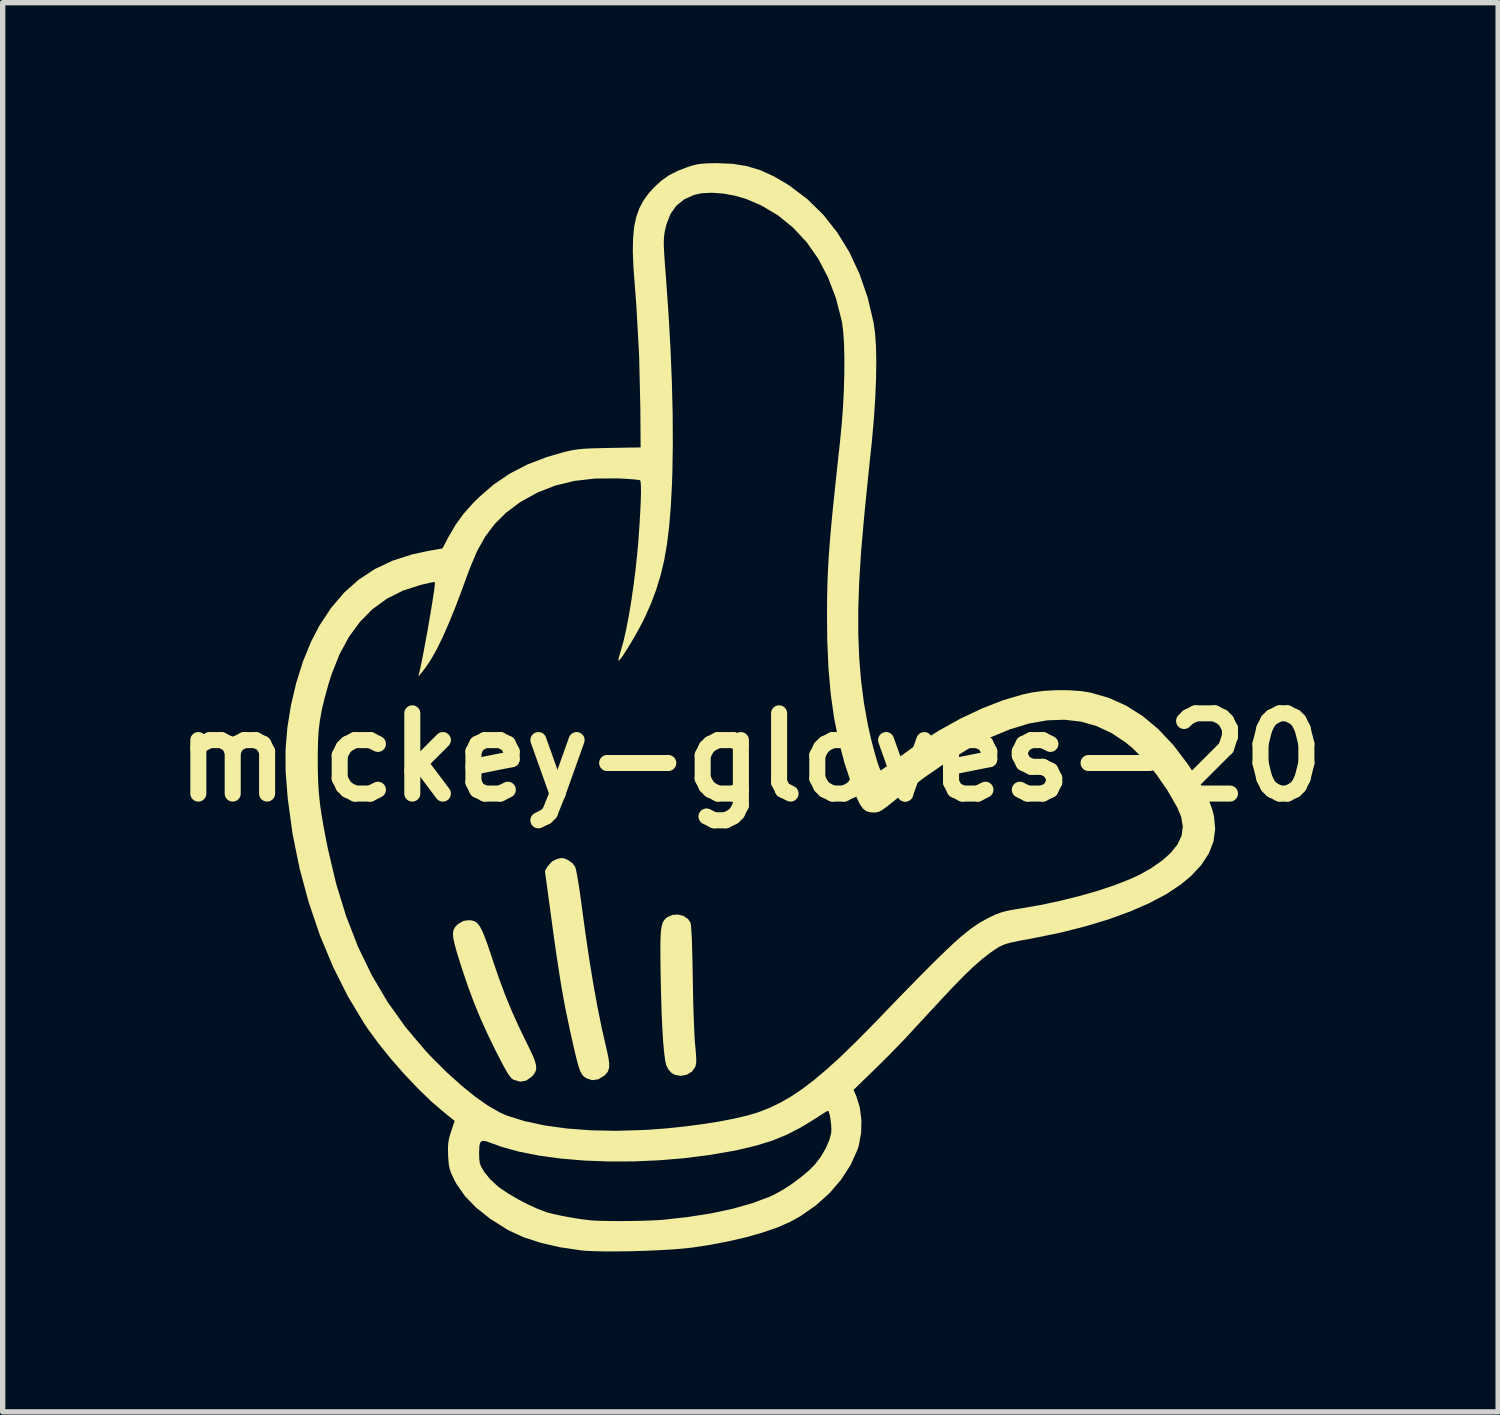
<source format=kicad_pcb>
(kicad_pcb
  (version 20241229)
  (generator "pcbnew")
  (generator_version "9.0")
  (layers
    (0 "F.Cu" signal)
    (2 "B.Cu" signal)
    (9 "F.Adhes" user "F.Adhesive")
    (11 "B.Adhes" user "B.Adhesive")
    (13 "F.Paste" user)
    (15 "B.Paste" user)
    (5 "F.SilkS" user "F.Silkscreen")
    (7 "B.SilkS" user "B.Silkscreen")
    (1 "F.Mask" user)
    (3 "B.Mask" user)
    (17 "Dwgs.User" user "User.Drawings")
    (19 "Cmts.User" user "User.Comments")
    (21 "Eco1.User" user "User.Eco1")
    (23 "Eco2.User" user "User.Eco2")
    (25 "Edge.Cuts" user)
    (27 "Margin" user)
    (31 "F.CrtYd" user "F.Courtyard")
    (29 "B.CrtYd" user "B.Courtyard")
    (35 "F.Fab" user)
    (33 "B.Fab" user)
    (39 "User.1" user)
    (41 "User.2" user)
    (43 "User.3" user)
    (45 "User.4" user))
  (footprint "mickey-gloves-20"
    (layer "F.Cu")
    (at 10.979 11.107)
    (property "Reference" "mickey-gloves-20" (at 0 0 0) (layer "F.SilkS") (effects (font (size 1.5 1.5) (thickness 0.3))))
    (attr board_only exclude_from_pos_files exclude_from_bom)
    (fp_poly (pts (xy -5.209 3.05) (xy -5.155 3.066) (xy -5.107 3.1) (xy -5.062 3.156) (xy -5.016 3.242) (xy -4.966 3.361) (xy -4.908 3.521) (xy -4.839 3.725) (xy -4.821 3.781) (xy -4.701 4.132) (xy -4.583 4.449) (xy -4.459 4.75) (xy -4.322 5.054) (xy -4.171 5.364) (xy -4.091 5.528) (xy -4.037 5.653) (xy -4.009 5.749) (xy -4.004 5.823) (xy -4.021 5.884) (xy -4.06 5.94) (xy -4.09 5.972) (xy -4.194 6.045) (xy -4.305 6.064) (xy -4.425 6.029) (xy -4.44 6.021) (xy -4.474 5.994) (xy -4.516 5.94) (xy -4.568 5.856) (xy -4.634 5.736) (xy -4.718 5.574) (xy -4.762 5.488) (xy -4.915 5.173) (xy -5.047 4.881) (xy -5.165 4.595) (xy -5.276 4.297) (xy -5.387 3.969) (xy -5.425 3.851) (xy -5.486 3.655) (xy -5.528 3.503) (xy -5.554 3.388) (xy -5.562 3.3) (xy -5.553 3.234) (xy -5.527 3.182) (xy -5.486 3.136) (xy -5.463 3.115) (xy -5.364 3.059) (xy -5.272 3.046)) (stroke (width 0) (type solid)) (fill yes) (layer "F.SilkS"))
    (fp_poly (pts (xy -1.25 2.967) (xy -1.165 3.025) (xy -1.121 3.092) (xy -1.112 3.141) (xy -1.104 3.241) (xy -1.096 3.386) (xy -1.09 3.574) (xy -1.084 3.8) (xy -1.079 4.06) (xy -1.078 4.12) (xy -1.074 4.359) (xy -1.069 4.596) (xy -1.062 4.821) (xy -1.054 5.025) (xy -1.046 5.198) (xy -1.038 5.332) (xy -1.032 5.391) (xy -1.019 5.539) (xy -1.013 5.644) (xy -1.015 5.719) (xy -1.026 5.773) (xy -1.034 5.793) (xy -1.096 5.879) (xy -1.19 5.934) (xy -1.299 5.955) (xy -1.407 5.939) (xy -1.476 5.901) (xy -1.535 5.834) (xy -1.574 5.758) (xy -1.595 5.662) (xy -1.614 5.514) (xy -1.632 5.318) (xy -1.647 5.075) (xy -1.66 4.788) (xy -1.67 4.46) (xy -1.678 4.118) (xy -1.682 3.854) (xy -1.684 3.639) (xy -1.683 3.466) (xy -1.679 3.331) (xy -1.671 3.228) (xy -1.658 3.15) (xy -1.64 3.092) (xy -1.616 3.05) (xy -1.586 3.015) (xy -1.558 2.992) (xy -1.463 2.947) (xy -1.355 2.94)) (stroke (width 0) (type solid)) (fill yes) (layer "F.SilkS"))
    (fp_poly (pts (xy -3.492 1.887) (xy -3.419 1.916) (xy -3.416 1.918) (xy -3.326 1.98) (xy -3.275 2.051) (xy -3.261 2.101) (xy -3.242 2.197) (xy -3.219 2.329) (xy -3.194 2.489) (xy -3.169 2.667) (xy -3.155 2.774) (xy -3.082 3.311) (xy -3.009 3.801) (xy -2.935 4.25) (xy -2.86 4.666) (xy -2.781 5.055) (xy -2.697 5.425) (xy -2.692 5.446) (xy -2.657 5.603) (xy -2.64 5.72) (xy -2.642 5.805) (xy -2.663 5.871) (xy -2.705 5.926) (xy -2.734 5.953) (xy -2.845 6.02) (xy -2.959 6.036) (xy -3.066 6.001) (xy -3.11 5.972) (xy -3.146 5.933) (xy -3.178 5.877) (xy -3.208 5.795) (xy -3.241 5.679) (xy -3.28 5.521) (xy -3.299 5.439) (xy -3.357 5.18) (xy -3.409 4.939) (xy -3.457 4.707) (xy -3.501 4.474) (xy -3.543 4.232) (xy -3.584 3.972) (xy -3.628 3.685) (xy -3.674 3.362) (xy -3.724 2.994) (xy -3.727 2.973) (xy -3.842 2.125) (xy -3.789 2.035) (xy -3.707 1.946) (xy -3.628 1.906) (xy -3.551 1.885)) (stroke (width 0) (type solid)) (fill yes) (layer "F.SilkS"))
    (fp_poly (pts (xy -0.327 -11.094) (xy -0.067 -11.052) (xy 0.181 -10.977) (xy 0.431 -10.864) (xy 0.694 -10.71) (xy 0.739 -10.68) (xy 1.068 -10.431) (xy 1.364 -10.14) (xy 1.625 -9.809) (xy 1.851 -9.44) (xy 2.04 -9.034) (xy 2.192 -8.594) (xy 2.303 -8.124) (xy 2.33 -7.926) (xy 2.347 -7.681) (xy 2.353 -7.393) (xy 2.348 -7.069) (xy 2.333 -6.714) (xy 2.308 -6.333) (xy 2.273 -5.933) (xy 2.26 -5.806) (xy 2.234 -5.566) (xy 2.208 -5.311) (xy 2.182 -5.056) (xy 2.157 -4.815) (xy 2.136 -4.602) (xy 2.121 -4.446) (xy 2.069 -3.846) (xy 2.034 -3.291) (xy 2.016 -2.777) (xy 2.016 -2.298) (xy 2.034 -1.849) (xy 2.069 -1.423) (xy 2.122 -1.015) (xy 2.193 -0.619) (xy 2.221 -0.49) (xy 2.255 -0.342) (xy 2.293 -0.193) (xy 2.332 -0.052) (xy 2.368 0.071) (xy 2.4 0.168) (xy 2.424 0.229) (xy 2.436 0.245) (xy 2.462 0.229) (xy 2.522 0.187) (xy 2.608 0.124) (xy 2.711 0.047) (xy 2.721 0.04) (xy 3.121 -0.246) (xy 3.528 -0.502) (xy 3.934 -0.727) (xy 4.334 -0.915) (xy 4.721 -1.066) (xy 5.089 -1.174) (xy 5.262 -1.212) (xy 5.479 -1.241) (xy 5.718 -1.255) (xy 5.962 -1.253) (xy 6.189 -1.237) (xy 6.35 -1.211) (xy 6.696 -1.112) (xy 7.024 -0.965) (xy 7.334 -0.769) (xy 7.627 -0.524) (xy 7.906 -0.228) (xy 8.171 0.121) (xy 8.227 0.204) (xy 8.375 0.436) (xy 8.49 0.637) (xy 8.575 0.815) (xy 8.634 0.976) (xy 8.666 1.102) (xy 8.688 1.34) (xy 8.657 1.57) (xy 8.572 1.793) (xy 8.433 2.008) (xy 8.241 2.216) (xy 8.044 2.379) (xy 7.778 2.556) (xy 7.462 2.724) (xy 7.1 2.882) (xy 6.697 3.029) (xy 6.257 3.162) (xy 5.784 3.281) (xy 5.283 3.383) (xy 5.214 3.396) (xy 5.037 3.428) (xy 4.903 3.456) (xy 4.802 3.482) (xy 4.724 3.508) (xy 4.659 3.539) (xy 4.616 3.564) (xy 4.476 3.659) (xy 4.324 3.778) (xy 4.157 3.925) (xy 3.97 4.106) (xy 3.759 4.323) (xy 3.6 4.493) (xy 3.457 4.647) (xy 3.312 4.804) (xy 3.173 4.954) (xy 3.049 5.088) (xy 2.95 5.196) (xy 2.914 5.235) (xy 2.817 5.336) (xy 2.693 5.464) (xy 2.554 5.605) (xy 2.411 5.747) (xy 2.308 5.848) (xy 1.928 6.217) (xy 1.981 6.34) (xy 2.045 6.548) (xy 2.075 6.781) (xy 2.069 7.02) (xy 2.028 7.25) (xy 2.003 7.332) (xy 1.873 7.62) (xy 1.695 7.896) (xy 1.475 8.152) (xy 1.216 8.383) (xy 0.926 8.584) (xy 0.738 8.687) (xy 0.506 8.789) (xy 0.227 8.885) (xy -0.09 8.975) (xy -0.439 9.055) (xy -0.81 9.124) (xy -1.089 9.166) (xy -1.258 9.184) (xy -1.464 9.201) (xy -1.696 9.214) (xy -1.945 9.225) (xy -2.2 9.233) (xy -2.45 9.237) (xy -2.685 9.238) (xy -2.894 9.234) (xy -3.067 9.227) (xy -3.165 9.218) (xy -3.564 9.159) (xy -3.925 9.076) (xy -4.244 8.971) (xy -4.516 8.846) (xy -4.548 8.828) (xy -4.865 8.628) (xy -5.128 8.419) (xy -5.339 8.201) (xy -5.498 7.972) (xy -5.538 7.897) (xy -5.59 7.787) (xy -5.622 7.697) (xy -5.64 7.606) (xy -5.649 7.489) (xy -5.652 7.441) (xy -5.652 7.408) (xy -5.072 7.408) (xy -5.069 7.516) (xy -5.058 7.593) (xy -5.031 7.661) (xy -4.981 7.742) (xy -4.969 7.76) (xy -4.87 7.883) (xy -4.742 8.004) (xy -4.684 8.05) (xy -4.529 8.155) (xy -4.347 8.261) (xy -4.155 8.361) (xy -3.971 8.445) (xy -3.811 8.505) (xy -3.806 8.507) (xy -3.686 8.538) (xy -3.53 8.572) (xy -3.356 8.604) (xy -3.183 8.632) (xy -3.028 8.652) (xy -2.978 8.657) (xy -2.851 8.664) (xy -2.684 8.668) (xy -2.491 8.67) (xy -2.284 8.669) (xy -2.077 8.666) (xy -1.885 8.66) (xy -1.721 8.652) (xy -1.645 8.647) (xy -1.173 8.595) (xy -0.734 8.526) (xy -0.332 8.44) (xy 0.029 8.338) (xy 0.343 8.221) (xy 0.449 8.173) (xy 0.61 8.084) (xy 0.785 7.969) (xy 0.957 7.84) (xy 1.109 7.71) (xy 1.21 7.607) (xy 1.317 7.466) (xy 1.409 7.308) (xy 1.477 7.15) (xy 1.51 7.024) (xy 1.513 6.953) (xy 1.508 6.862) (xy 1.497 6.767) (xy 1.481 6.683) (xy 1.464 6.625) (xy 1.449 6.608) (xy 1.421 6.622) (xy 1.359 6.66) (xy 1.271 6.716) (xy 1.202 6.761) (xy 0.938 6.923) (xy 0.678 7.056) (xy 0.409 7.166) (xy 0.116 7.257) (xy -0.213 7.336) (xy -0.299 7.354) (xy -0.758 7.434) (xy -1.23 7.494) (xy -1.707 7.534) (xy -2.183 7.555) (xy -2.652 7.556) (xy -3.107 7.539) (xy -3.541 7.502) (xy -3.947 7.447) (xy -4.32 7.374) (xy -4.652 7.282) (xy -4.831 7.218) (xy -4.937 7.179) (xy -5.007 7.169) (xy -5.047 7.194) (xy -5.066 7.259) (xy -5.072 7.37) (xy -5.072 7.408) (xy -5.652 7.408) (xy -5.655 7.305) (xy -5.648 7.2) (xy -5.629 7.103) (xy -5.596 6.995) (xy -5.53 6.797) (xy -5.722 6.643) (xy -5.962 6.437) (xy -6.215 6.193) (xy -6.471 5.923) (xy -6.72 5.639) (xy -6.952 5.351) (xy -7.156 5.072) (xy -7.214 4.986) (xy -7.525 4.47) (xy -7.804 3.915) (xy -8.049 3.326) (xy -8.258 2.711) (xy -8.429 2.076) (xy -8.561 1.426) (xy -8.65 0.769) (xy -8.69 0.258) (xy -8.691 0.054) (xy -8.089 0.054) (xy -8.087 0.281) (xy -8.08 0.484) (xy -8.067 0.674) (xy -8.048 0.864) (xy -8.019 1.066) (xy -7.981 1.29) (xy -7.932 1.548) (xy -7.898 1.716) (xy -7.745 2.364) (xy -7.558 2.971) (xy -7.337 3.54) (xy -7.079 4.073) (xy -6.784 4.573) (xy -6.45 5.042) (xy -6.076 5.484) (xy -5.963 5.605) (xy -5.678 5.888) (xy -5.404 6.135) (xy -5.146 6.345) (xy -4.905 6.514) (xy -4.685 6.64) (xy -4.549 6.7) (xy -4.222 6.802) (xy -3.851 6.882) (xy -3.439 6.939) (xy -2.991 6.973) (xy -2.513 6.983) (xy -2.009 6.968) (xy -1.89 6.962) (xy -1.555 6.936) (xy -1.221 6.901) (xy -0.896 6.858) (xy -0.589 6.81) (xy -0.309 6.756) (xy -0.065 6.699) (xy 0.133 6.641) (xy 0.142 6.638) (xy 0.347 6.558) (xy 0.55 6.461) (xy 0.755 6.344) (xy 0.966 6.203) (xy 1.187 6.035) (xy 1.422 5.837) (xy 1.676 5.607) (xy 1.953 5.339) (xy 2.257 5.032) (xy 2.342 4.944) (xy 2.638 4.637) (xy 2.899 4.368) (xy 3.13 4.132) (xy 3.333 3.927) (xy 3.51 3.751) (xy 3.666 3.601) (xy 3.802 3.473) (xy 3.923 3.365) (xy 4.031 3.275) (xy 4.129 3.199) (xy 4.221 3.135) (xy 4.309 3.079) (xy 4.397 3.03) (xy 4.474 2.99) (xy 4.581 2.939) (xy 4.682 2.902) (xy 4.792 2.872) (xy 4.928 2.846) (xy 5.041 2.828) (xy 5.415 2.763) (xy 5.788 2.684) (xy 6.153 2.593) (xy 6.499 2.494) (xy 6.816 2.388) (xy 7.096 2.278) (xy 7.275 2.196) (xy 7.497 2.07) (xy 7.698 1.929) (xy 7.853 1.792) (xy 7.983 1.631) (xy 8.06 1.467) (xy 8.083 1.296) (xy 8.053 1.115) (xy 7.982 0.943) (xy 7.796 0.619) (xy 7.588 0.318) (xy 7.364 0.048) (xy 7.132 -0.181) (xy 7.01 -0.28) (xy 6.745 -0.456) (xy 6.467 -0.585) (xy 6.176 -0.667) (xy 5.87 -0.702) (xy 5.549 -0.691) (xy 5.211 -0.632) (xy 4.857 -0.525) (xy 4.483 -0.371) (xy 4.091 -0.168) (xy 3.679 0.083) (xy 3.245 0.382) (xy 2.789 0.73) (xy 2.648 0.845) (xy 2.542 0.929) (xy 2.465 0.984) (xy 2.407 1.016) (xy 2.355 1.03) (xy 2.303 1.033) (xy 2.225 1.026) (xy 2.16 1.004) (xy 2.104 0.959) (xy 2.05 0.885) (xy 1.996 0.776) (xy 1.934 0.625) (xy 1.888 0.499) (xy 1.756 0.099) (xy 1.649 -0.309) (xy 1.564 -0.733) (xy 1.501 -1.181) (xy 1.459 -1.66) (xy 1.436 -2.178) (xy 1.432 -2.584) (xy 1.432 -2.793) (xy 1.434 -2.987) (xy 1.437 -3.172) (xy 1.443 -3.351) (xy 1.451 -3.532) (xy 1.462 -3.72) (xy 1.476 -3.92) (xy 1.493 -4.138) (xy 1.515 -4.379) (xy 1.541 -4.648) (xy 1.573 -4.953) (xy 1.609 -5.297) (xy 1.651 -5.687) (xy 1.676 -5.915) (xy 1.707 -6.234) (xy 1.731 -6.557) (xy 1.747 -6.876) (xy 1.755 -7.183) (xy 1.756 -7.469) (xy 1.75 -7.727) (xy 1.735 -7.95) (xy 1.713 -8.128) (xy 1.705 -8.166) (xy 1.597 -8.585) (xy 1.451 -8.969) (xy 1.269 -9.318) (xy 1.051 -9.629) (xy 0.799 -9.9) (xy 0.515 -10.131) (xy 0.2 -10.318) (xy -0.073 -10.435) (xy -0.287 -10.498) (xy -0.507 -10.538) (xy -0.72 -10.554) (xy -0.913 -10.544) (xy -1.055 -10.513) (xy -1.239 -10.429) (xy -1.384 -10.313) (xy -1.493 -10.16) (xy -1.569 -9.966) (xy -1.593 -9.869) (xy -1.606 -9.804) (xy -1.614 -9.742) (xy -1.619 -9.674) (xy -1.62 -9.592) (xy -1.616 -9.488) (xy -1.608 -9.354) (xy -1.596 -9.182) (xy -1.579 -8.965) (xy -1.579 -8.962) (xy -1.532 -8.297) (xy -1.495 -7.647) (xy -1.469 -7.019) (xy -1.454 -6.42) (xy -1.451 -5.856) (xy -1.459 -5.335) (xy -1.467 -5.099) (xy -1.489 -4.685) (xy -1.519 -4.316) (xy -1.56 -3.985) (xy -1.612 -3.684) (xy -1.679 -3.404) (xy -1.76 -3.138) (xy -1.858 -2.877) (xy -1.972 -2.62) (xy -2.029 -2.505) (xy -2.097 -2.378) (xy -2.171 -2.246) (xy -2.247 -2.118) (xy -2.319 -2.002) (xy -2.381 -1.906) (xy -2.431 -1.838) (xy -2.461 -1.806) (xy -2.467 -1.806) (xy -2.466 -1.836) (xy -2.45 -1.903) (xy -2.424 -1.99) (xy -2.375 -2.162) (xy -2.325 -2.379) (xy -2.276 -2.632) (xy -2.229 -2.912) (xy -2.186 -3.209) (xy -2.147 -3.516) (xy -2.115 -3.822) (xy -2.096 -4.038) (xy -2.075 -4.331) (xy -2.06 -4.584) (xy -2.05 -4.797) (xy -2.046 -4.965) (xy -2.048 -5.087) (xy -2.055 -5.159) (xy -2.064 -5.179) (xy -2.101 -5.187) (xy -2.182 -5.195) (xy -2.295 -5.204) (xy -2.432 -5.211) (xy -2.483 -5.214) (xy -2.902 -5.211) (xy -3.288 -5.167) (xy -3.645 -5.081) (xy -3.978 -4.951) (xy -4.291 -4.778) (xy -4.328 -4.753) (xy -4.572 -4.569) (xy -4.78 -4.362) (xy -4.958 -4.126) (xy -5.111 -3.853) (xy -5.245 -3.535) (xy -5.262 -3.49) (xy -5.403 -3.104) (xy -5.532 -2.766) (xy -5.652 -2.475) (xy -5.763 -2.225) (xy -5.868 -2.012) (xy -5.969 -1.834) (xy -6.066 -1.687) (xy -6.14 -1.591) (xy -6.209 -1.509) (xy -6.19 -1.586) (xy -6.167 -1.688) (xy -6.139 -1.823) (xy -6.108 -1.983) (xy -6.075 -2.16) (xy -6.041 -2.346) (xy -6.008 -2.535) (xy -5.977 -2.717) (xy -5.949 -2.886) (xy -5.926 -3.034) (xy -5.909 -3.153) (xy -5.9 -3.236) (xy -5.899 -3.274) (xy -5.899 -3.276) (xy -5.931 -3.274) (xy -6.003 -3.26) (xy -6.103 -3.237) (xy -6.173 -3.22) (xy -6.502 -3.113) (xy -6.798 -2.963) (xy -7.064 -2.77) (xy -7.299 -2.533) (xy -7.505 -2.252) (xy -7.682 -1.925) (xy -7.83 -1.553) (xy -7.895 -1.345) (xy -7.962 -1.1) (xy -8.013 -0.888) (xy -8.048 -0.693) (xy -8.072 -0.5) (xy -8.084 -0.292) (xy -8.089 -0.053) (xy -8.089 0.054) (xy -8.691 0.054) (xy -8.691 -0.14) (xy -8.657 -0.555) (xy -8.589 -0.976) (xy -8.491 -1.391) (xy -8.366 -1.789) (xy -8.215 -2.158) (xy -8.061 -2.456) (xy -7.841 -2.79) (xy -7.597 -3.077) (xy -7.326 -3.318) (xy -7.025 -3.517) (xy -6.691 -3.675) (xy -6.32 -3.794) (xy -6.021 -3.858) (xy -5.757 -3.905) (xy -5.653 -4.104) (xy -5.514 -4.343) (xy -5.358 -4.558) (xy -5.171 -4.767) (xy -5.075 -4.861) (xy -4.796 -5.102) (xy -4.496 -5.305) (xy -4.169 -5.474) (xy -3.806 -5.613) (xy -3.496 -5.703) (xy -3.397 -5.727) (xy -3.306 -5.745) (xy -3.213 -5.758) (xy -3.106 -5.768) (xy -2.975 -5.775) (xy -2.809 -5.779) (xy -2.638 -5.783) (xy -2.053 -5.793) (xy -2.058 -6.534) (xy -2.081 -7.509) (xy -2.134 -8.463) (xy -2.163 -8.838) (xy -2.188 -9.172) (xy -2.199 -9.458) (xy -2.194 -9.704) (xy -2.174 -9.916) (xy -2.135 -10.1) (xy -2.078 -10.261) (xy -2.001 -10.406) (xy -1.903 -10.542) (xy -1.795 -10.661) (xy -1.66 -10.784) (xy -1.52 -10.882) (xy -1.357 -10.964) (xy -1.18 -11.032) (xy -1.082 -11.063) (xy -0.996 -11.085) (xy -0.906 -11.097) (xy -0.796 -11.104) (xy -0.652 -11.106) (xy -0.612 -11.107)) (stroke (width 0) (type solid)) (fill yes) (layer "F.SilkS")))
  (gr_rect
    (start -3 -3)
    (end 24.957 23.344)
    (stroke (width 0.1) (type default))
    (fill no)
    (layer "Edge.Cuts")))
</source>
